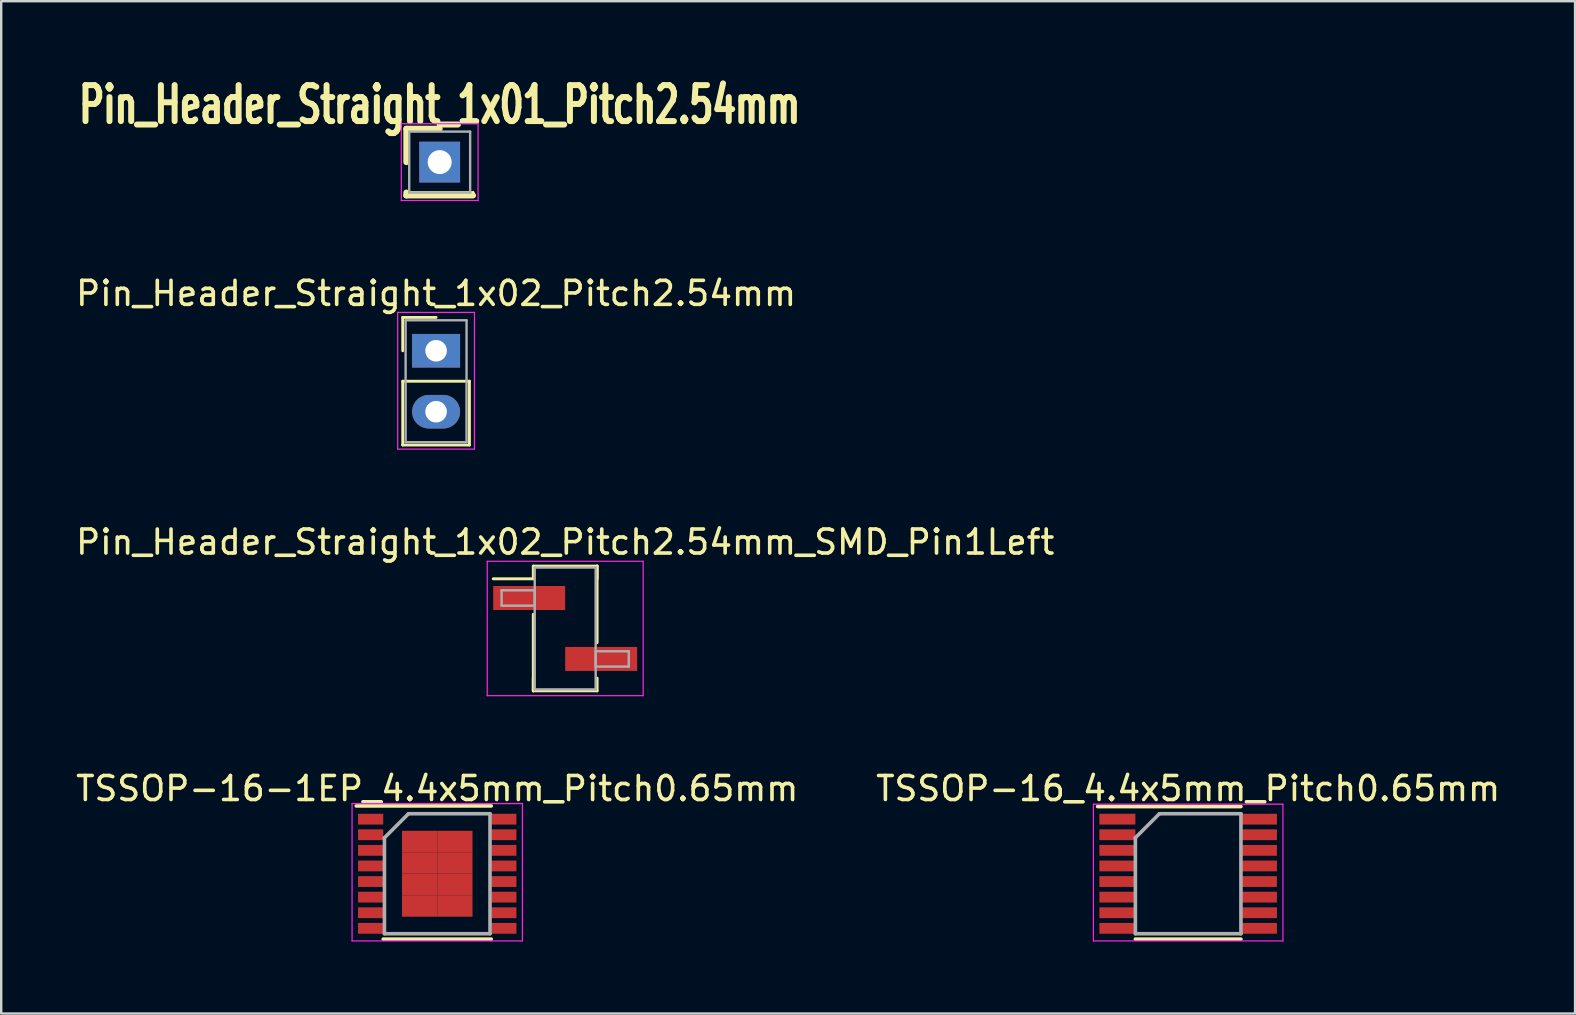
<source format=kicad_pcb>
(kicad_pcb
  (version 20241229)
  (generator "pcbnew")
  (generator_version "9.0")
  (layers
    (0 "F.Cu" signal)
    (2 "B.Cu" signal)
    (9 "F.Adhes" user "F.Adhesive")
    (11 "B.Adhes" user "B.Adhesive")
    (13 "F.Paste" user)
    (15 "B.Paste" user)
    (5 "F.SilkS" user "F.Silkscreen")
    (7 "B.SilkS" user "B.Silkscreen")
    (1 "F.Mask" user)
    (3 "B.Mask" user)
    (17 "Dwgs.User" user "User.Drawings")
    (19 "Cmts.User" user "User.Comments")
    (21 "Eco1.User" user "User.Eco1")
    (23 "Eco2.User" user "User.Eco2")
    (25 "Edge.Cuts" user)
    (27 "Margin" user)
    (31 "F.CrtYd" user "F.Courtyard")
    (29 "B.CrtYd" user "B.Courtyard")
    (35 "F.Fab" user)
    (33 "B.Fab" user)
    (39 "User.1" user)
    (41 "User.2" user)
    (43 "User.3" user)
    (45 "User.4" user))
  (footprint "TSSOP-16_4.4x5mm_Pitch0.65mm"
    (layer "F.Cu")
    (at 46.47 33.366)
    (property "Reference" "TSSOP-16_4.4x5mm_Pitch0.65mm" (at 0 -3.55 0) (layer "F.SilkS") (effects (font (size 1 1) (thickness 0.15))))
    (attr smd)
    (fp_line (start -3.775 -2.8) (end 2.2 -2.8) (stroke (width 0.15) (type solid)) (layer "F.SilkS"))
    (fp_line (start -2.2 2.725) (end 2.2 2.725) (stroke (width 0.15) (type solid)) (layer "F.SilkS"))
    (fp_line (start -3.95 -2.9) (end -3.95 2.8) (stroke (width 0.05) (type solid)) (layer "F.CrtYd"))
    (fp_line (start -3.95 -2.9) (end 3.95 -2.9) (stroke (width 0.05) (type solid)) (layer "F.CrtYd"))
    (fp_line (start -3.95 2.8) (end 3.95 2.8) (stroke (width 0.05) (type solid)) (layer "F.CrtYd"))
    (fp_line (start 3.95 -2.9) (end 3.95 2.8) (stroke (width 0.05) (type solid)) (layer "F.CrtYd"))
    (fp_line (start -2.2 -1.5) (end -1.2 -2.5) (stroke (width 0.15) (type solid)) (layer "F.Fab"))
    (fp_line (start -2.2 2.5) (end -2.2 -1.5) (stroke (width 0.15) (type solid)) (layer "F.Fab"))
    (fp_line (start -1.2 -2.5) (end 2.2 -2.5) (stroke (width 0.15) (type solid)) (layer "F.Fab"))
    (fp_line (start 2.2 -2.5) (end 2.2 2.5) (stroke (width 0.15) (type solid)) (layer "F.Fab"))
    (fp_line (start 2.2 2.5) (end -2.2 2.5) (stroke (width 0.15) (type solid)) (layer "F.Fab"))
    (pad "1" smd rect (at -2.95 -2.275) (size 1.5 0.45) (layers "F.Cu" "F.Mask" "F.Paste"))
    (pad "2" smd rect (at -2.95 -1.625) (size 1.5 0.45) (layers "F.Cu" "F.Mask" "F.Paste"))
    (pad "3" smd rect (at -2.95 -0.975) (size 1.5 0.45) (layers "F.Cu" "F.Mask" "F.Paste"))
    (pad "4" smd rect (at -2.95 -0.325) (size 1.5 0.45) (layers "F.Cu" "F.Mask" "F.Paste"))
    (pad "5" smd rect (at -2.95 0.325) (size 1.5 0.45) (layers "F.Cu" "F.Mask" "F.Paste"))
    (pad "6" smd rect (at -2.95 0.975) (size 1.5 0.45) (layers "F.Cu" "F.Mask" "F.Paste"))
    (pad "7" smd rect (at -2.95 1.625) (size 1.5 0.45) (layers "F.Cu" "F.Mask" "F.Paste"))
    (pad "8" smd rect (at -2.95 2.275) (size 1.5 0.45) (layers "F.Cu" "F.Mask" "F.Paste"))
    (pad "9" smd rect (at 2.95 2.275) (size 1.5 0.45) (layers "F.Cu" "F.Mask" "F.Paste"))
    (pad "10" smd rect (at 2.95 1.625) (size 1.5 0.45) (layers "F.Cu" "F.Mask" "F.Paste"))
    (pad "11" smd rect (at 2.95 0.975) (size 1.5 0.45) (layers "F.Cu" "F.Mask" "F.Paste"))
    (pad "12" smd rect (at 2.95 0.325) (size 1.5 0.45) (layers "F.Cu" "F.Mask" "F.Paste"))
    (pad "13" smd rect (at 2.95 -0.325) (size 1.5 0.45) (layers "F.Cu" "F.Mask" "F.Paste"))
    (pad "14" smd rect (at 2.95 -0.975) (size 1.5 0.45) (layers "F.Cu" "F.Mask" "F.Paste"))
    (pad "15" smd rect (at 2.95 -1.625) (size 1.5 0.45) (layers "F.Cu" "F.Mask" "F.Paste"))
    (pad "16" smd rect (at 2.95 -2.275) (size 1.5 0.45) (layers "F.Cu" "F.Mask" "F.Paste")))
  (footprint "Pin_Header_Straight_1x02_Pitch2.54mm"
    (layer "F.Cu")
    (at 15.125 11.569)
    (property "Reference" "Pin_Header_Straight_1x02_Pitch2.54mm" (at 0 -2.39 0) (layer "F.SilkS") (effects (font (size 1 1) (thickness 0.15))))
    (attr through_hole)
    (fp_line (start -1.39 -1.39) (end 0 -1.39) (stroke (width 0.12) (type solid)) (layer "F.SilkS"))
    (fp_line (start -1.39 0) (end -1.39 -1.39) (stroke (width 0.12) (type solid)) (layer "F.SilkS"))
    (fp_line (start -1.39 1.27) (end -1.39 3.93) (stroke (width 0.12) (type solid)) (layer "F.SilkS"))
    (fp_line (start -1.39 3.93) (end 1.39 3.93) (stroke (width 0.12) (type solid)) (layer "F.SilkS"))
    (fp_line (start 1.39 1.27) (end -1.39 1.27) (stroke (width 0.12) (type solid)) (layer "F.SilkS"))
    (fp_line (start 1.39 3.93) (end 1.39 1.27) (stroke (width 0.12) (type solid)) (layer "F.SilkS"))
    (fp_line (start -1.6 -1.6) (end -1.6 4.1) (stroke (width 0.05) (type solid)) (layer "F.CrtYd"))
    (fp_line (start -1.6 4.1) (end 1.6 4.1) (stroke (width 0.05) (type solid)) (layer "F.CrtYd"))
    (fp_line (start 1.6 -1.6) (end -1.6 -1.6) (stroke (width 0.05) (type solid)) (layer "F.CrtYd"))
    (fp_line (start 1.6 4.1) (end 1.6 -1.6) (stroke (width 0.05) (type solid)) (layer "F.CrtYd"))
    (fp_line (start -1.27 -1.27) (end -1.27 3.81) (stroke (width 0.1) (type solid)) (layer "F.Fab"))
    (fp_line (start -1.27 3.81) (end 1.27 3.81) (stroke (width 0.1) (type solid)) (layer "F.Fab"))
    (fp_line (start 1.27 -1.27) (end -1.27 -1.27) (stroke (width 0.1) (type solid)) (layer "F.Fab"))
    (fp_line (start 1.27 3.81) (end 1.27 -1.27) (stroke (width 0.1) (type solid)) (layer "F.Fab"))
    (pad "1" thru_hole rect (at 0 0) (size 2 1.4) (drill 0.9) (layers "*.Cu" "*.Mask"))
    (pad "2" thru_hole oval (at 0 2.54) (size 2 1.4) (drill 0.9) (layers "*.Cu" "*.Mask")))
  (footprint "Pin_Header_Straight_1x01_Pitch2.54mm"
    (layer "F.Cu")
    (at 15.275 3.706)
    (property "Reference" "Pin_Header_Straight_1x01_Pitch2.54mm" (at 0 -2.39 0) (layer "F.SilkS") (effects (font (size 1.5 1) (thickness 0.25))))
    (attr through_hole)
    (fp_line (start -1.39 -1.39) (end 0 -1.39) (stroke (width 0.25) (type solid)) (layer "F.SilkS"))
    (fp_line (start -1.39 0) (end -1.39 -1.39) (stroke (width 0.25) (type solid)) (layer "F.SilkS"))
    (fp_line (start -1.39 1.27) (end -1.39 1.39) (stroke (width 0.25) (type solid)) (layer "F.SilkS"))
    (fp_line (start -1.39 1.39) (end 1.39 1.39) (stroke (width 0.25) (type solid)) (layer "F.SilkS"))
    (fp_line (start 1.39 1.27) (end -1.39 1.27) (stroke (width 0.12) (type solid)) (layer "F.SilkS"))
    (fp_line (start 1.39 1.39) (end 1.39 1.27) (stroke (width 0.12) (type solid)) (layer "F.SilkS"))
    (fp_line (start -1.6 -1.6) (end -1.6 1.6) (stroke (width 0.05) (type solid)) (layer "F.CrtYd"))
    (fp_line (start -1.6 1.6) (end 1.6 1.6) (stroke (width 0.05) (type solid)) (layer "F.CrtYd"))
    (fp_line (start 1.6 -1.6) (end -1.6 -1.6) (stroke (width 0.05) (type solid)) (layer "F.CrtYd"))
    (fp_line (start 1.6 1.6) (end 1.6 -1.6) (stroke (width 0.05) (type solid)) (layer "F.CrtYd"))
    (fp_line (start -1.27 -1.27) (end -1.27 1.27) (stroke (width 0.1) (type solid)) (layer "F.Fab"))
    (fp_line (start -1.27 1.27) (end 1.27 1.27) (stroke (width 0.1) (type solid)) (layer "F.Fab"))
    (fp_line (start 1.27 -1.27) (end -1.27 -1.27) (stroke (width 0.1) (type solid)) (layer "F.Fab"))
    (fp_line (start 1.27 1.27) (end 1.27 -1.27) (stroke (width 0.1) (type solid)) (layer "F.Fab"))
    (pad "1" thru_hole rect (at 0 0) (size 1.7 1.7) (drill 1) (layers "*.Cu" "*.Mask")))
  (footprint "Pin_Header_Straight_1x02_Pitch2.54mm_SMD_Pin1Left"
    (layer "F.Cu")
    (at 20.506 23.143)
    (property "Reference" "Pin_Header_Straight_1x02_Pitch2.54mm_SMD_Pin1Left" (at 0 -3.6 0) (layer "F.SilkS") (effects (font (size 1 1) (thickness 0.15))))
    (attr smd)
    (fp_line (start -1.33 -2.6) (end 1.33 -2.6) (stroke (width 0.12) (type solid)) (layer "F.SilkS"))
    (fp_line (start -1.33 -2.07) (end -3 -2.07) (stroke (width 0.12) (type solid)) (layer "F.SilkS"))
    (fp_line (start -1.33 -2.07) (end -1.33 -2.6) (stroke (width 0.12) (type solid)) (layer "F.SilkS"))
    (fp_line (start -1.33 -0.59) (end -1.33 2.6) (stroke (width 0.12) (type solid)) (layer "F.SilkS"))
    (fp_line (start -1.33 2.07) (end -1.33 2.6) (stroke (width 0.12) (type solid)) (layer "F.SilkS"))
    (fp_line (start -1.33 2.6) (end 1.33 2.6) (stroke (width 0.12) (type solid)) (layer "F.SilkS"))
    (fp_line (start 1.33 -2.6) (end 1.33 -2.07) (stroke (width 0.12) (type solid)) (layer "F.SilkS"))
    (fp_line (start 1.33 -2.6) (end 1.33 0.59) (stroke (width 0.12) (type solid)) (layer "F.SilkS"))
    (fp_line (start 1.33 2.6) (end 1.33 2.07) (stroke (width 0.12) (type solid)) (layer "F.SilkS"))
    (fp_line (start -3.25 -2.8) (end -3.25 2.8) (stroke (width 0.05) (type solid)) (layer "F.CrtYd"))
    (fp_line (start -3.25 2.8) (end 3.25 2.8) (stroke (width 0.05) (type solid)) (layer "F.CrtYd"))
    (fp_line (start 3.25 -2.8) (end -3.25 -2.8) (stroke (width 0.05) (type solid)) (layer "F.CrtYd"))
    (fp_line (start 3.25 2.8) (end 3.25 -2.8) (stroke (width 0.05) (type solid)) (layer "F.CrtYd"))
    (fp_line (start -2.65 -1.59) (end -1.27 -1.59) (stroke (width 0.1) (type solid)) (layer "F.Fab"))
    (fp_line (start -2.65 -0.95) (end -2.65 -1.59) (stroke (width 0.1) (type solid)) (layer "F.Fab"))
    (fp_line (start -1.27 -2.54) (end -1.27 2.54) (stroke (width 0.1) (type solid)) (layer "F.Fab"))
    (fp_line (start -1.27 -1.59) (end -1.27 -0.95) (stroke (width 0.1) (type solid)) (layer "F.Fab"))
    (fp_line (start -1.27 -0.95) (end -2.65 -0.95) (stroke (width 0.1) (type solid)) (layer "F.Fab"))
    (fp_line (start -1.27 2.54) (end 1.27 2.54) (stroke (width 0.1) (type solid)) (layer "F.Fab"))
    (fp_line (start 1.27 -2.54) (end -1.27 -2.54) (stroke (width 0.1) (type solid)) (layer "F.Fab"))
    (fp_line (start 1.27 0.95) (end 1.27 1.59) (stroke (width 0.1) (type solid)) (layer "F.Fab"))
    (fp_line (start 1.27 1.59) (end 2.65 1.59) (stroke (width 0.1) (type solid)) (layer "F.Fab"))
    (fp_line (start 1.27 2.54) (end 1.27 -2.54) (stroke (width 0.1) (type solid)) (layer "F.Fab"))
    (fp_line (start 2.65 0.95) (end 1.27 0.95) (stroke (width 0.1) (type solid)) (layer "F.Fab"))
    (fp_line (start 2.65 1.59) (end 2.65 0.95) (stroke (width 0.1) (type solid)) (layer "F.Fab"))
    (pad "1" smd rect (at -1.5 -1.27) (size 3 1) (layers "F.Cu" "F.Mask"))
    (pad "2" smd rect (at 1.5 1.27) (size 3 1) (layers "F.Cu" "F.Mask")))
  (footprint "TSSOP-16-1EP_4.4x5mm_Pitch0.65mm"
    (layer "F.Cu")
    (at 15.173 33.366)
    (property "Reference" "TSSOP-16-1EP_4.4x5mm_Pitch0.65mm" (at 0 -3.55 0) (layer "F.SilkS") (effects (font (size 1 1) (thickness 0.15))))
    (attr smd)
    (fp_line (start -3.375 -2.825) (end 2.25 -2.825) (stroke (width 0.15) (type solid)) (layer "F.SilkS"))
    (fp_line (start -2.25 2.725) (end 2.25 2.725) (stroke (width 0.15) (type solid)) (layer "F.SilkS"))
    (fp_line (start -3.55 -2.925) (end -3.55 2.8) (stroke (width 0.05) (type solid)) (layer "F.CrtYd"))
    (fp_line (start -3.55 -2.925) (end 3.55 -2.925) (stroke (width 0.05) (type solid)) (layer "F.CrtYd"))
    (fp_line (start -3.55 2.8) (end 3.55 2.8) (stroke (width 0.05) (type solid)) (layer "F.CrtYd"))
    (fp_line (start 3.55 -2.925) (end 3.55 2.8) (stroke (width 0.05) (type solid)) (layer "F.CrtYd"))
    (fp_line (start -2.2 -1.5) (end -1.2 -2.5) (stroke (width 0.15) (type solid)) (layer "F.Fab"))
    (fp_line (start -2.2 2.5) (end -2.2 -1.5) (stroke (width 0.15) (type solid)) (layer "F.Fab"))
    (fp_line (start -1.2 -2.5) (end 2.2 -2.5) (stroke (width 0.15) (type solid)) (layer "F.Fab"))
    (fp_line (start 2.2 -2.5) (end 2.2 2.5) (stroke (width 0.15) (type solid)) (layer "F.Fab"))
    (fp_line (start 2.2 2.5) (end -2.2 2.5) (stroke (width 0.15) (type solid)) (layer "F.Fab"))
    (pad "1" smd rect (at -2.775 -2.275) (size 1.05 0.45) (layers "F.Cu" "F.Mask" "F.Paste"))
    (pad "2" smd rect (at -2.775 -1.625) (size 1.05 0.45) (layers "F.Cu" "F.Mask" "F.Paste"))
    (pad "3" smd rect (at -2.775 -0.975) (size 1.05 0.45) (layers "F.Cu" "F.Mask" "F.Paste"))
    (pad "4" smd rect (at -2.775 -0.325) (size 1.05 0.45) (layers "F.Cu" "F.Mask" "F.Paste"))
    (pad "5" smd rect (at -2.775 0.325) (size 1.05 0.45) (layers "F.Cu" "F.Mask" "F.Paste"))
    (pad "6" smd rect (at -2.775 0.975) (size 1.05 0.45) (layers "F.Cu" "F.Mask" "F.Paste"))
    (pad "7" smd rect (at -2.775 1.625) (size 1.05 0.45) (layers "F.Cu" "F.Mask" "F.Paste"))
    (pad "8" smd rect (at -2.775 2.275) (size 1.05 0.45) (layers "F.Cu" "F.Mask" "F.Paste"))
    (pad "9" smd rect (at 2.775 2.275) (size 1.05 0.45) (layers "F.Cu" "F.Mask" "F.Paste"))
    (pad "10" smd rect (at 2.775 1.625) (size 1.05 0.45) (layers "F.Cu" "F.Mask" "F.Paste"))
    (pad "11" smd rect (at 2.775 0.975) (size 1.05 0.45) (layers "F.Cu" "F.Mask" "F.Paste"))
    (pad "12" smd rect (at 2.775 0.325) (size 1.05 0.45) (layers "F.Cu" "F.Mask" "F.Paste"))
    (pad "13" smd rect (at 2.775 -0.325) (size 1.05 0.45) (layers "F.Cu" "F.Mask" "F.Paste"))
    (pad "14" smd rect (at 2.775 -0.975) (size 1.05 0.45) (layers "F.Cu" "F.Mask" "F.Paste"))
    (pad "15" smd rect (at 2.775 -1.625) (size 1.05 0.45) (layers "F.Cu" "F.Mask" "F.Paste"))
    (pad "16" smd rect (at 2.775 -2.275) (size 1.05 0.45) (layers "F.Cu" "F.Mask" "F.Paste"))
    (pad "17" smd rect (at -0.735 -1.343) (size 1.47 0.895) (layers "F.Cu" "F.Mask" "F.Paste"))
    (pad "17" smd rect (at -0.735 -0.448) (size 1.47 0.895) (layers "F.Cu" "F.Mask" "F.Paste"))
    (pad "17" smd rect (at -0.735 0.448) (size 1.47 0.895) (layers "F.Cu" "F.Mask" "F.Paste"))
    (pad "17" smd rect (at -0.735 1.343) (size 1.47 0.895) (layers "F.Cu" "F.Mask" "F.Paste"))
    (pad "17" smd rect (at 0.735 -1.343) (size 1.47 0.895) (layers "F.Cu" "F.Mask" "F.Paste"))
    (pad "17" smd rect (at 0.735 -0.448) (size 1.47 0.895) (layers "F.Cu" "F.Mask" "F.Paste"))
    (pad "17" smd rect (at 0.735 0.448) (size 1.47 0.895) (layers "F.Cu" "F.Mask" "F.Paste"))
    (pad "17" smd rect (at 0.735 1.343) (size 1.47 0.895) (layers "F.Cu" "F.Mask" "F.Paste")))
  (gr_rect
    (start -3 -3)
    (end 62.595 39.191)
    (stroke (width 0.1) (type default))
    (fill no)
    (layer "Edge.Cuts")))
</source>
